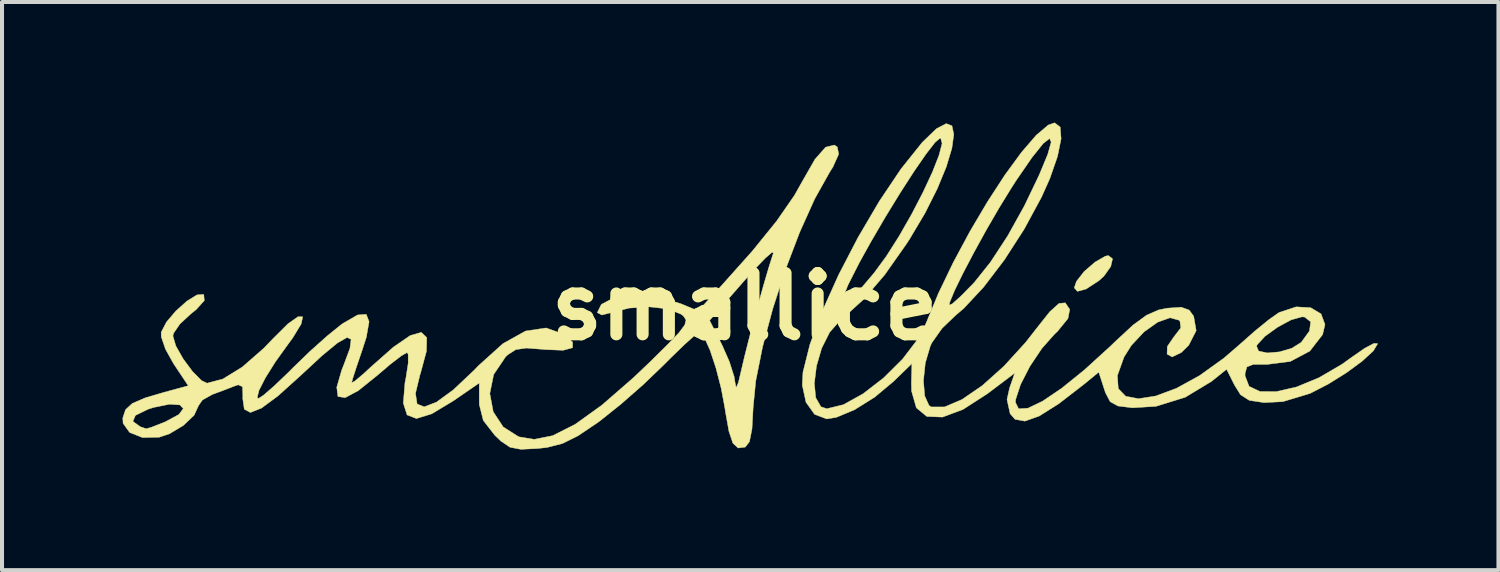
<source format=kicad_pcb>
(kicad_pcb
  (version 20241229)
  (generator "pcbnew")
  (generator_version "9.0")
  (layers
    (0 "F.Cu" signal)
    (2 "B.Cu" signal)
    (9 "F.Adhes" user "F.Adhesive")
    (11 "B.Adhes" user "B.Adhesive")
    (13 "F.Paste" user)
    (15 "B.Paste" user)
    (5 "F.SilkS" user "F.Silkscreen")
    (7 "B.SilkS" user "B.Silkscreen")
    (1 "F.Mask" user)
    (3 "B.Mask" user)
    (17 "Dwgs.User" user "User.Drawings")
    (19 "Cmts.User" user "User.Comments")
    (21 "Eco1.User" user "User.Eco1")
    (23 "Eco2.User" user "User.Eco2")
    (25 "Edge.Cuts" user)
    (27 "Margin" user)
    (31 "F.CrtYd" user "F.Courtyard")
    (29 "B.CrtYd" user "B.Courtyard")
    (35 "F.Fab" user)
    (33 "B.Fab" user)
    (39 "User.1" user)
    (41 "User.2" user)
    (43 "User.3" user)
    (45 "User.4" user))
  (footprint "smallice"
    (layer "F.Cu")
    (at 15.475 4.577)
    (property "Reference" "smallice" (at 0 0 0) (layer "F.SilkS") (effects (font (size 1.524 1.524) (thickness 0.3))))
    (attr through_hole)
    (fp_poly (pts (xy 9.15 -1.19) (xy 9.105 -0.997) (xy 8.937 -0.761) (xy 8.809 -0.644) (xy 8.492 -0.438) (xy 8.276 -0.379) (xy 8.197 -0.467) (xy 8.252 -0.628) (xy 8.443 -0.873) (xy 8.715 -1.108) (xy 8.969 -1.254) (xy 9.045 -1.27) (xy 9.15 -1.19)) (stroke (width 0.01) (type solid)) (fill yes) (layer "F.SilkS"))
    (fp_poly (pts (xy 2.303 -3.971) (xy 2.337 -3.792) (xy 2.195 -3.475) (xy 2.115 -3.348) (xy 1.742 -2.682) (xy 1.367 -1.849) (xy 1.011 -0.914) (xy 0.696 0.058) (xy 0.444 1.002) (xy 0.274 1.851) (xy 0.21 2.507) (xy 0.181 3.042) (xy 0.118 3.36) (xy 0.014 3.494) (xy 0.011 3.495) (xy -0.165 3.517) (xy -0.294 3.398) (xy -0.393 3.102) (xy -0.484 2.592) (xy -0.491 2.537) (xy -0.586 2.031) (xy -0.716 1.527) (xy -0.862 1.086) (xy -1.004 0.769) (xy -1.121 0.636) (xy -1.129 0.635) (xy -1.249 0.72) (xy -1.502 0.947) (xy -1.842 1.277) (xy -2.036 1.471) (xy -2.527 1.942) (xy -3.079 2.426) (xy -3.587 2.832) (xy -3.667 2.891) (xy -4.149 3.215) (xy -4.535 3.406) (xy -4.915 3.503) (xy -5.154 3.53) (xy -5.568 3.55) (xy -5.837 3.499) (xy -6.066 3.345) (xy -6.217 3.2) (xy -6.503 2.831) (xy -6.602 2.438) (xy -6.604 2.357) (xy -6.604 1.901) (xy -7.253 2.347) (xy -7.785 2.667) (xy -8.165 2.784) (xy -8.399 2.695) (xy -8.493 2.4) (xy -8.451 1.893) (xy -8.425 1.758) (xy -8.371 1.407) (xy -8.372 1.184) (xy -8.4 1.143) (xy -8.539 1.222) (xy -8.807 1.427) (xy -9.144 1.714) (xy -9.613 2.091) (xy -9.939 2.265) (xy -10.119 2.236) (xy -10.148 2.006) (xy -10.024 1.576) (xy -9.97 1.441) (xy -9.821 1.04) (xy -9.791 0.814) (xy -9.89 0.767) (xy -10.128 0.902) (xy -10.515 1.221) (xy -11.058 1.724) (xy -11.612 2.223) (xy -12.021 2.525) (xy -12.296 2.634) (xy -12.448 2.553) (xy -12.487 2.286) (xy -12.484 2.238) (xy -12.493 1.993) (xy -12.597 1.945) (xy -12.675 1.97) (xy -12.956 2.079) (xy -13.24 2.184) (xy -13.49 2.323) (xy -13.589 2.467) (xy -13.696 2.702) (xy -13.963 2.956) (xy -14.31 3.164) (xy -14.564 3.249) (xy -14.979 3.258) (xy -15.3 3.131) (xy -15.464 2.902) (xy -15.466 2.854) (xy -15.22 2.854) (xy -15.033 2.989) (xy -14.887 3.038) (xy -14.758 3.001) (xy -14.486 2.895) (xy -14.41 2.864) (xy -14.075 2.683) (xy -13.965 2.536) (xy -14.052 2.445) (xy -14.307 2.428) (xy -14.702 2.508) (xy -14.84 2.552) (xy -15.156 2.706) (xy -15.22 2.854) (xy -15.466 2.854) (xy -15.47 2.767) (xy -15.402 2.563) (xy -15.235 2.409) (xy -14.917 2.271) (xy -14.446 2.132) (xy -13.842 1.968) (xy -14.209 1.417) (xy -14.408 1.06) (xy -14.513 0.754) (xy -14.516 0.638) (xy -14.385 0.385) (xy -14.151 0.109) (xy -13.878 -0.135) (xy -13.627 -0.291) (xy -13.462 -0.304) (xy -13.456 -0.299) (xy -13.443 -0.15) (xy -13.646 0.075) (xy -13.774 0.177) (xy -14.049 0.431) (xy -14.208 0.663) (xy -14.224 0.73) (xy -14.151 0.978) (xy -13.969 1.299) (xy -13.737 1.612) (xy -13.512 1.839) (xy -13.375 1.905) (xy -12.98 1.8) (xy -12.497 1.502) (xy -11.966 1.038) (xy -11.735 0.798) (xy -11.365 0.43) (xy -11.112 0.251) (xy -10.995 0.253) (xy -11.033 0.431) (xy -11.243 0.777) (xy -11.357 0.932) (xy -11.674 1.373) (xy -11.924 1.772) (xy -12.083 2.084) (xy -12.126 2.261) (xy -12.096 2.286) (xy -11.966 2.201) (xy -11.707 1.976) (xy -11.368 1.652) (xy -11.236 1.52) (xy -10.814 1.112) (xy -10.389 0.732) (xy -10.044 0.453) (xy -9.996 0.419) (xy -9.631 0.208) (xy -9.415 0.191) (xy -9.344 0.374) (xy -9.413 0.764) (xy -9.518 1.089) (xy -9.654 1.488) (xy -9.749 1.781) (xy -9.779 1.895) (xy -9.697 1.852) (xy -9.486 1.674) (xy -9.303 1.505) (xy -8.74 1.008) (xy -8.32 0.719) (xy -8.044 0.64) (xy -7.91 0.77) (xy -7.917 1.109) (xy -8.065 1.658) (xy -8.08 1.702) (xy -8.19 2.159) (xy -8.149 2.422) (xy -7.97 2.493) (xy -7.666 2.375) (xy -7.247 2.069) (xy -6.726 1.577) (xy -6.624 1.47) (xy -6.015 0.921) (xy -5.452 0.607) (xy -4.942 0.531) (xy -4.517 0.681) (xy -4.281 0.885) (xy -4.283 1.023) (xy -4.513 1.086) (xy -4.962 1.069) (xy -5.008 1.064) (xy -5.429 1.031) (xy -5.694 1.069) (xy -5.893 1.197) (xy -5.95 1.251) (xy -6.245 1.689) (xy -6.341 2.162) (xy -6.256 2.615) (xy -6.009 2.992) (xy -5.622 3.238) (xy -5.237 3.302) (xy -4.776 3.21) (xy -4.218 2.928) (xy -3.552 2.45) (xy -2.767 1.767) (xy -2.356 1.376) (xy -1.916 0.942) (xy -1.635 0.648) (xy -1.492 0.457) (xy -1.463 0.343) (xy -0.874 0.343) (xy -0.564 0.955) (xy -0.382 1.368) (xy -0.263 1.743) (xy -0.239 1.895) (xy -0.213 2.016) (xy -0.157 1.888) (xy -0.101 1.651) (xy -0.008 1.255) (xy 0.128 0.716) (xy 0.282 0.136) (xy 0.319 0) (xy 0.465 -0.52) (xy 0.597 -0.97) (xy 0.693 -1.274) (xy 0.714 -1.333) (xy 0.68 -1.352) (xy 0.511 -1.205) (xy 0.236 -0.92) (xy -0.031 -0.622) (xy -0.874 0.343) (xy -1.463 0.343) (xy -1.461 0.333) (xy -1.519 0.24) (xy -1.58 0.19) (xy -1.906 0.058) (xy -2.37 0.006) (xy -2.871 0.036) (xy -3.248 0.131) (xy -3.554 0.209) (xy -3.667 0.148) (xy -3.572 -0.044) (xy -3.559 -0.06) (xy -3.32 -0.185) (xy -2.917 -0.246) (xy -2.431 -0.244) (xy -1.943 -0.179) (xy -1.592 -0.073) (xy -1.159 0.107) (xy -0.611 -0.486) (xy 0.186 -1.378) (xy 0.796 -2.131) (xy 1.236 -2.766) (xy 1.435 -3.119) (xy 1.748 -3.666) (xy 2.013 -3.966) (xy 2.229 -4.02) (xy 2.303 -3.971)) (stroke (width 0.01) (type solid)) (fill yes) (layer "F.SilkS"))
    (fp_poly (pts (xy 7.847 -4.467) (xy 7.87 -4.176) (xy 7.781 -3.737) (xy 7.589 -3.184) (xy 7.383 -2.724) (xy 6.953 -1.929) (xy 6.459 -1.163) (xy 5.943 -0.486) (xy 5.451 0.042) (xy 5.238 0.224) (xy 4.91 0.539) (xy 4.657 0.895) (xy 4.617 0.978) (xy 4.492 1.403) (xy 4.446 1.843) (xy 4.477 2.221) (xy 4.584 2.459) (xy 4.638 2.495) (xy 4.97 2.496) (xy 5.406 2.31) (xy 5.911 1.963) (xy 6.449 1.481) (xy 6.987 0.891) (xy 7.261 0.54) (xy 7.589 0.127) (xy 7.818 -0.079) (xy 7.974 -0.094) (xy 8.084 0.068) (xy 8.085 0.071) (xy 8.04 0.297) (xy 7.783 0.613) (xy 7.701 0.691) (xy 7.391 1.041) (xy 7.095 1.483) (xy 6.863 1.933) (xy 6.741 2.305) (xy 6.734 2.381) (xy 6.813 2.541) (xy 7.044 2.527) (xy 7.408 2.353) (xy 7.884 2.031) (xy 8.45 1.574) (xy 9.086 0.995) (xy 9.221 0.865) (xy 9.657 0.461) (xy 9.995 0.214) (xy 10.297 0.082) (xy 10.51 0.039) (xy 10.86 0.015) (xy 11.056 0.086) (xy 11.168 0.239) (xy 11.23 0.598) (xy 11.044 0.962) (xy 10.86 1.142) (xy 10.632 1.252) (xy 10.506 1.181) (xy 10.512 0.992) (xy 10.668 0.762) (xy 10.848 0.529) (xy 10.827 0.366) (xy 10.803 0.338) (xy 10.581 0.277) (xy 10.272 0.387) (xy 9.932 0.629) (xy 9.618 0.964) (xy 9.435 1.255) (xy 9.27 1.715) (xy 9.292 2.039) (xy 9.477 2.23) (xy 9.796 2.291) (xy 10.226 2.223) (xy 10.741 2.031) (xy 11.314 1.716) (xy 11.92 1.281) (xy 12.264 0.984) (xy 12.731 0.984) (xy 12.784 1.106) (xy 13 1.152) (xy 13.3 1.126) (xy 13.606 1.037) (xy 13.842 0.89) (xy 13.843 0.889) (xy 14.049 0.605) (xy 14.078 0.377) (xy 13.929 0.26) (xy 13.862 0.254) (xy 13.596 0.328) (xy 13.258 0.51) (xy 12.944 0.736) (xy 12.749 0.946) (xy 12.731 0.984) (xy 12.264 0.984) (xy 12.298 0.955) (xy 12.684 0.613) (xy 13.034 0.328) (xy 13.277 0.156) (xy 13.295 0.146) (xy 13.716 0.006) (xy 14.08 0.027) (xy 14.336 0.181) (xy 14.434 0.445) (xy 14.375 0.696) (xy 14.056 1.107) (xy 13.572 1.364) (xy 12.993 1.438) (xy 12.65 1.438) (xy 12.491 1.5) (xy 12.447 1.658) (xy 12.446 1.722) (xy 12.546 1.983) (xy 12.819 2.112) (xy 13.226 2.114) (xy 13.728 1.998) (xy 14.285 1.768) (xy 14.86 1.432) (xy 15.081 1.273) (xy 15.414 1.041) (xy 15.652 0.914) (xy 15.744 0.921) (xy 15.744 0.923) (xy 15.637 1.102) (xy 15.36 1.356) (xy 14.969 1.644) (xy 14.519 1.925) (xy 14.068 2.157) (xy 14.054 2.163) (xy 13.386 2.364) (xy 12.919 2.388) (xy 12.551 2.332) (xy 12.332 2.191) (xy 12.185 1.954) (xy 11.987 1.559) (xy 11.613 1.859) (xy 10.958 2.255) (xy 10.23 2.481) (xy 9.643 2.517) (xy 9.284 2.472) (xy 9.09 2.365) (xy 8.972 2.139) (xy 8.944 2.053) (xy 8.807 1.63) (xy 8.436 1.934) (xy 7.805 2.421) (xy 7.322 2.724) (xy 6.967 2.849) (xy 6.723 2.803) (xy 6.602 2.664) (xy 6.524 2.311) (xy 6.588 2.024) (xy 6.717 1.653) (xy 6.038 2.166) (xy 5.428 2.559) (xy 4.921 2.748) (xy 4.53 2.733) (xy 4.269 2.517) (xy 4.15 2.102) (xy 4.145 1.899) (xy 4.158 1.417) (xy 3.698 1.864) (xy 3.231 2.254) (xy 2.733 2.565) (xy 2.278 2.755) (xy 2.04 2.794) (xy 1.738 2.68) (xy 1.524 2.379) (xy 1.431 1.951) (xy 1.449 1.631) (xy 1.621 0.943) (xy 1.927 0.116) (xy 2.067 -0.194) (xy 2.432 -0.194) (xy 2.437 -0.059) (xy 2.583 -0.135) (xy 2.867 -0.424) (xy 3.216 -0.835) (xy 3.52 -1.249) (xy 3.838 -1.749) (xy 4.149 -2.293) (xy 4.432 -2.838) (xy 4.667 -3.342) (xy 4.833 -3.764) (xy 4.91 -4.06) (xy 4.875 -4.189) (xy 4.86 -4.191) (xy 4.736 -4.087) (xy 4.513 -3.8) (xy 4.216 -3.37) (xy 3.871 -2.836) (xy 3.504 -2.238) (xy 3.139 -1.613) (xy 2.851 -1.094) (xy 2.57 -0.54) (xy 2.432 -0.194) (xy 2.067 -0.194) (xy 2.336 -0.791) (xy 2.819 -1.721) (xy 3.346 -2.618) (xy 3.887 -3.424) (xy 4.413 -4.082) (xy 4.421 -4.091) (xy 4.769 -4.425) (xy 5.013 -4.553) (xy 5.155 -4.498) (xy 5.201 -4.285) (xy 5.153 -3.938) (xy 5.015 -3.479) (xy 4.79 -2.933) (xy 4.484 -2.324) (xy 4.098 -1.675) (xy 4.028 -1.567) (xy 3.481 -0.79) (xy 2.966 -0.189) (xy 2.43 0.298) (xy 2.371 0.345) (xy 2.113 0.638) (xy 1.914 1.035) (xy 1.785 1.478) (xy 1.732 1.907) (xy 1.766 2.264) (xy 1.895 2.491) (xy 2.041 2.54) (xy 2.456 2.439) (xy 2.946 2.167) (xy 3.455 1.773) (xy 3.927 1.304) (xy 4.306 0.808) (xy 4.511 0.411) (xy 4.696 -0.035) (xy 5.085 -0.035) (xy 5.165 -0.071) (xy 5.374 -0.258) (xy 5.667 -0.556) (xy 5.715 -0.607) (xy 6.112 -1.104) (xy 6.541 -1.759) (xy 6.948 -2.491) (xy 6.98 -2.555) (xy 7.325 -3.275) (xy 7.538 -3.788) (xy 7.623 -4.092) (xy 7.584 -4.183) (xy 7.424 -4.057) (xy 7.146 -3.71) (xy 6.753 -3.139) (xy 6.626 -2.941) (xy 6.324 -2.45) (xy 6.006 -1.901) (xy 5.699 -1.343) (xy 5.428 -0.827) (xy 5.22 -0.401) (xy 5.102 -0.115) (xy 5.085 -0.035) (xy 4.696 -0.035) (xy 4.817 -0.328) (xy 5.189 -1.101) (xy 5.604 -1.873) (xy 6.04 -2.61) (xy 6.474 -3.277) (xy 6.886 -3.84) (xy 7.252 -4.265) (xy 7.551 -4.517) (xy 7.708 -4.572) (xy 7.847 -4.467)) (stroke (width 0.01) (type solid)) (fill yes) (layer "F.SilkS")))
  (gr_rect
    (start -3 -3)
    (end 34.224 11.132)
    (stroke (width 0.1) (type default))
    (fill no)
    (layer "Edge.Cuts")))
</source>
